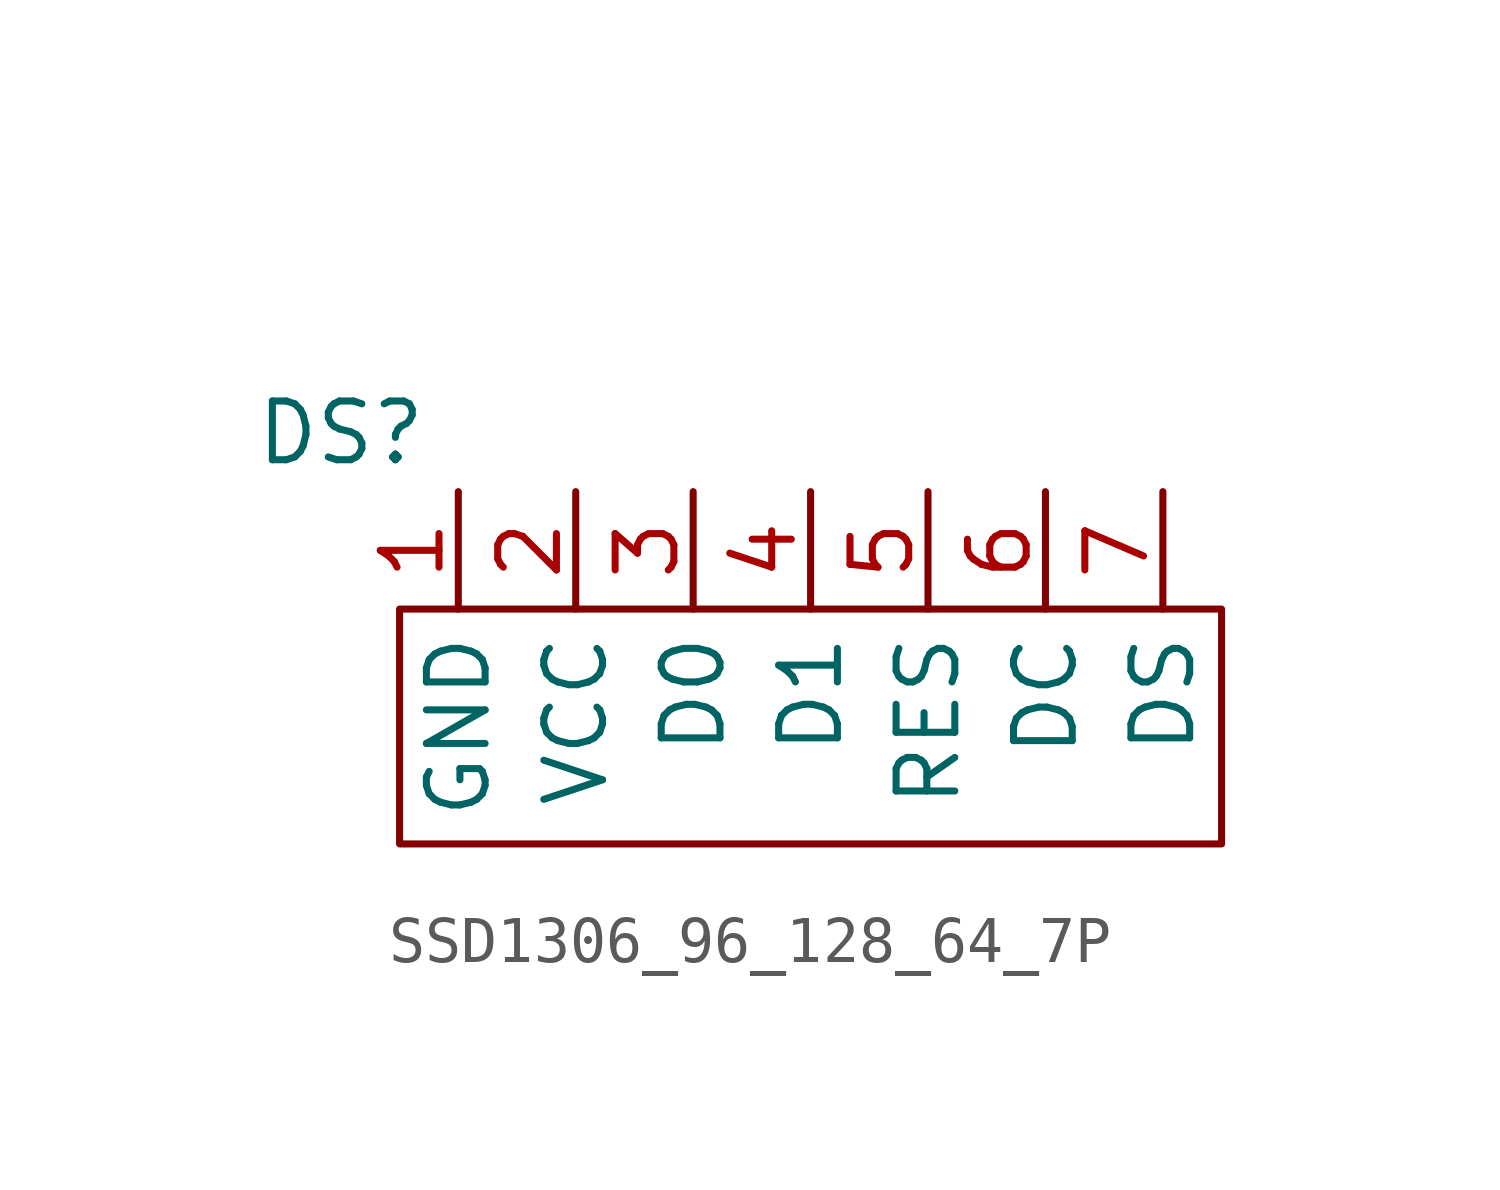
<source format=kicad_sym>
(kicad_symbol_lib
  (version 20220914)
  (generator kicad_symbol_editor)
  (symbol "SSD1306_96_128_64_7P"
    (property "Reference" "DS"
      (at 0 -3.81 0)
      (effects (font (size 1.27 1.27))))
    (property "Value" ""
      (at 0 0 0)
      (effects (font (size 1.27 1.27))))
    (symbol "SSD1306_96_128_64_7P_0_1"
      (rectangle (start 1.27 -7.62) (end 19.05 -12.7) (stroke (width 0) (type default)) (fill (type none))))
    (symbol "SSD1306_96_128_64_7P_1_1"
      (pin passive line (at 2.54 -5.08 270) (length 2.54) (name "GND" (effects (font (size 1.27 1.27)))) (number "1" (effects (font (size 1.27 1.27)))))
      (pin passive line (at 5.08 -5.08 270) (length 2.54) (name "VCC" (effects (font (size 1.27 1.27)))) (number "2" (effects (font (size 1.27 1.27)))))
      (pin passive line (at 7.62 -5.08 270) (length 2.54) (name "D0" (effects (font (size 1.27 1.27)))) (number "3" (effects (font (size 1.27 1.27)))))
      (pin passive line (at 10.16 -5.08 270) (length 2.54) (name "D1" (effects (font (size 1.27 1.27)))) (number "4" (effects (font (size 1.27 1.27)))))
      (pin passive line (at 12.7 -5.08 270) (length 2.54) (name "RES" (effects (font (size 1.27 1.27)))) (number "5" (effects (font (size 1.27 1.27)))))
      (pin passive line (at 15.24 -5.08 270) (length 2.54) (name "DC" (effects (font (size 1.27 1.27)))) (number "6" (effects (font (size 1.27 1.27)))))
      (pin passive line (at 17.78 -5.08 270) (length 2.54) (name "DS" (effects (font (size 1.27 1.27)))) (number "7" (effects (font (size 1.27 1.27))))))))
</source>
